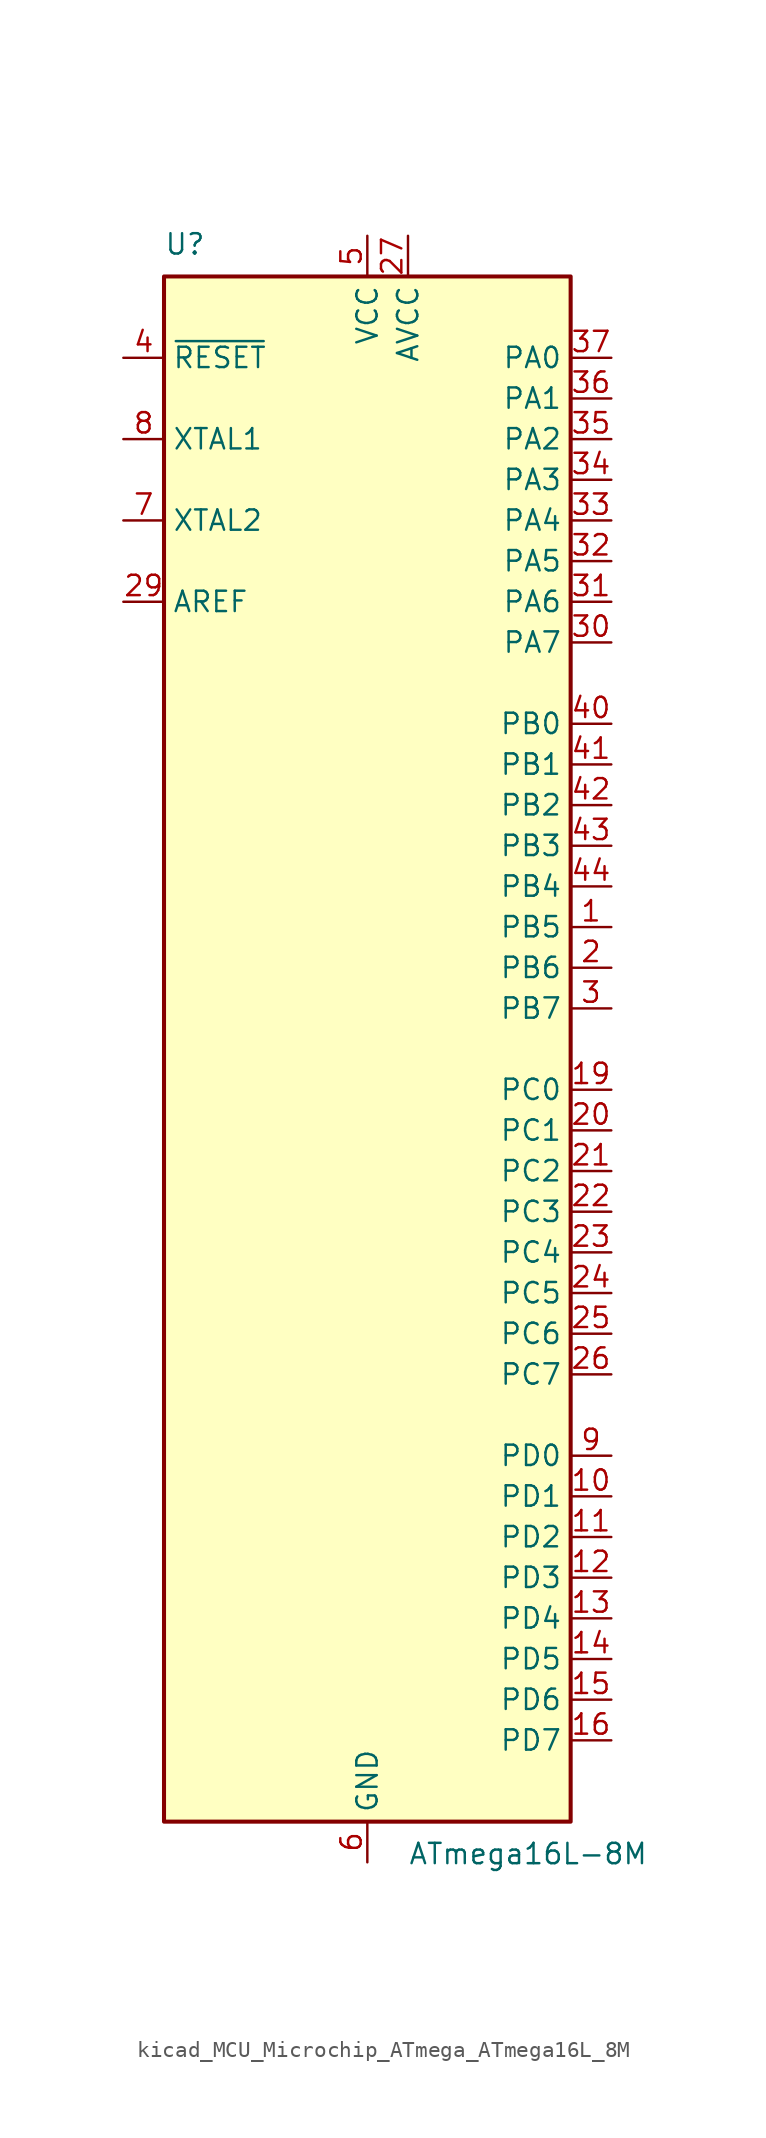
<source format=kicad_sym>
(kicad_symbol_lib
  (version 20220914)
  (generator kicad_symbol_editor)
  (symbol "kicad_MCU_Microchip_ATmega_ATmega16L_8M"
    (property "Reference" "U"
      (at -12.7 49.53 0)
      (effects (font (size 1.27 1.27)) (justify left bottom)))
    (property "Value" "ATmega16L-8M"
      (at 2.54 -49.53 0)
      (effects (font (size 1.27 1.27)) (justify left top)))
    (symbol "kicad_MCU_Microchip_ATmega_ATmega16L_8M_0_1"
      (rectangle (start -12.7 -48.26) (end 12.7 48.26) (stroke (width 0.254) (type default)) (fill (type background))))
    (symbol "kicad_MCU_Microchip_ATmega_ATmega16L_8M_1_1"
      (pin bidirectional line (at 15.24 7.62 180) (length 2.54) (name "PB5" (effects (font (size 1.27 1.27)))) (number "1" (effects (font (size 1.27 1.27)))))
      (pin bidirectional line (at 15.24 -27.94 180) (length 2.54) (name "PD1" (effects (font (size 1.27 1.27)))) (number "10" (effects (font (size 1.27 1.27)))))
      (pin bidirectional line (at 15.24 -30.48 180) (length 2.54) (name "PD2" (effects (font (size 1.27 1.27)))) (number "11" (effects (font (size 1.27 1.27)))))
      (pin bidirectional line (at 15.24 -33.02 180) (length 2.54) (name "PD3" (effects (font (size 1.27 1.27)))) (number "12" (effects (font (size 1.27 1.27)))))
      (pin bidirectional line (at 15.24 -35.56 180) (length 2.54) (name "PD4" (effects (font (size 1.27 1.27)))) (number "13" (effects (font (size 1.27 1.27)))))
      (pin bidirectional line (at 15.24 -38.1 180) (length 2.54) (name "PD5" (effects (font (size 1.27 1.27)))) (number "14" (effects (font (size 1.27 1.27)))))
      (pin bidirectional line (at 15.24 -40.64 180) (length 2.54) (name "PD6" (effects (font (size 1.27 1.27)))) (number "15" (effects (font (size 1.27 1.27)))))
      (pin bidirectional line (at 15.24 -43.18 180) (length 2.54) (name "PD7" (effects (font (size 1.27 1.27)))) (number "16" (effects (font (size 1.27 1.27)))))
      (pin passive line (at 0 50.8 270) (length 2.54) hide (name "VCC" (effects (font (size 1.27 1.27)))) (number "17" (effects (font (size 1.27 1.27)))))
      (pin passive line (at 0 -50.8 90) (length 2.54) hide (name "GND" (effects (font (size 1.27 1.27)))) (number "18" (effects (font (size 1.27 1.27)))))
      (pin bidirectional line (at 15.24 -2.54 180) (length 2.54) (name "PC0" (effects (font (size 1.27 1.27)))) (number "19" (effects (font (size 1.27 1.27)))))
      (pin bidirectional line (at 15.24 5.08 180) (length 2.54) (name "PB6" (effects (font (size 1.27 1.27)))) (number "2" (effects (font (size 1.27 1.27)))))
      (pin bidirectional line (at 15.24 -5.08 180) (length 2.54) (name "PC1" (effects (font (size 1.27 1.27)))) (number "20" (effects (font (size 1.27 1.27)))))
      (pin bidirectional line (at 15.24 -7.62 180) (length 2.54) (name "PC2" (effects (font (size 1.27 1.27)))) (number "21" (effects (font (size 1.27 1.27)))))
      (pin bidirectional line (at 15.24 -10.16 180) (length 2.54) (name "PC3" (effects (font (size 1.27 1.27)))) (number "22" (effects (font (size 1.27 1.27)))))
      (pin bidirectional line (at 15.24 -12.7 180) (length 2.54) (name "PC4" (effects (font (size 1.27 1.27)))) (number "23" (effects (font (size 1.27 1.27)))))
      (pin bidirectional line (at 15.24 -15.24 180) (length 2.54) (name "PC5" (effects (font (size 1.27 1.27)))) (number "24" (effects (font (size 1.27 1.27)))))
      (pin bidirectional line (at 15.24 -17.78 180) (length 2.54) (name "PC6" (effects (font (size 1.27 1.27)))) (number "25" (effects (font (size 1.27 1.27)))))
      (pin bidirectional line (at 15.24 -20.32 180) (length 2.54) (name "PC7" (effects (font (size 1.27 1.27)))) (number "26" (effects (font (size 1.27 1.27)))))
      (pin power_in line (at 2.54 50.8 270) (length 2.54) (name "AVCC" (effects (font (size 1.27 1.27)))) (number "27" (effects (font (size 1.27 1.27)))))
      (pin passive line (at 0 -50.8 90) (length 2.54) hide (name "GND" (effects (font (size 1.27 1.27)))) (number "28" (effects (font (size 1.27 1.27)))))
      (pin passive line (at -15.24 27.94 0) (length 2.54) (name "AREF" (effects (font (size 1.27 1.27)))) (number "29" (effects (font (size 1.27 1.27)))))
      (pin bidirectional line (at 15.24 2.54 180) (length 2.54) (name "PB7" (effects (font (size 1.27 1.27)))) (number "3" (effects (font (size 1.27 1.27)))))
      (pin bidirectional line (at 15.24 25.4 180) (length 2.54) (name "PA7" (effects (font (size 1.27 1.27)))) (number "30" (effects (font (size 1.27 1.27)))))
      (pin bidirectional line (at 15.24 27.94 180) (length 2.54) (name "PA6" (effects (font (size 1.27 1.27)))) (number "31" (effects (font (size 1.27 1.27)))))
      (pin bidirectional line (at 15.24 30.48 180) (length 2.54) (name "PA5" (effects (font (size 1.27 1.27)))) (number "32" (effects (font (size 1.27 1.27)))))
      (pin bidirectional line (at 15.24 33.02 180) (length 2.54) (name "PA4" (effects (font (size 1.27 1.27)))) (number "33" (effects (font (size 1.27 1.27)))))
      (pin bidirectional line (at 15.24 35.56 180) (length 2.54) (name "PA3" (effects (font (size 1.27 1.27)))) (number "34" (effects (font (size 1.27 1.27)))))
      (pin bidirectional line (at 15.24 38.1 180) (length 2.54) (name "PA2" (effects (font (size 1.27 1.27)))) (number "35" (effects (font (size 1.27 1.27)))))
      (pin bidirectional line (at 15.24 40.64 180) (length 2.54) (name "PA1" (effects (font (size 1.27 1.27)))) (number "36" (effects (font (size 1.27 1.27)))))
      (pin bidirectional line (at 15.24 43.18 180) (length 2.54) (name "PA0" (effects (font (size 1.27 1.27)))) (number "37" (effects (font (size 1.27 1.27)))))
      (pin passive line (at 0 50.8 270) (length 2.54) hide (name "VCC" (effects (font (size 1.27 1.27)))) (number "38" (effects (font (size 1.27 1.27)))))
      (pin passive line (at 0 -50.8 90) (length 2.54) hide (name "GND" (effects (font (size 1.27 1.27)))) (number "39" (effects (font (size 1.27 1.27)))))
      (pin input line (at -15.24 43.18 0) (length 2.54) (name "~{RESET}" (effects (font (size 1.27 1.27)))) (number "4" (effects (font (size 1.27 1.27)))))
      (pin bidirectional line (at 15.24 20.32 180) (length 2.54) (name "PB0" (effects (font (size 1.27 1.27)))) (number "40" (effects (font (size 1.27 1.27)))))
      (pin bidirectional line (at 15.24 17.78 180) (length 2.54) (name "PB1" (effects (font (size 1.27 1.27)))) (number "41" (effects (font (size 1.27 1.27)))))
      (pin bidirectional line (at 15.24 15.24 180) (length 2.54) (name "PB2" (effects (font (size 1.27 1.27)))) (number "42" (effects (font (size 1.27 1.27)))))
      (pin bidirectional line (at 15.24 12.7 180) (length 2.54) (name "PB3" (effects (font (size 1.27 1.27)))) (number "43" (effects (font (size 1.27 1.27)))))
      (pin bidirectional line (at 15.24 10.16 180) (length 2.54) (name "PB4" (effects (font (size 1.27 1.27)))) (number "44" (effects (font (size 1.27 1.27)))))
      (pin passive line (at 0 -50.8 90) (length 2.54) hide (name "GND" (effects (font (size 1.27 1.27)))) (number "45" (effects (font (size 1.27 1.27)))))
      (pin power_in line (at 0 50.8 270) (length 2.54) (name "VCC" (effects (font (size 1.27 1.27)))) (number "5" (effects (font (size 1.27 1.27)))))
      (pin power_in line (at 0 -50.8 90) (length 2.54) (name "GND" (effects (font (size 1.27 1.27)))) (number "6" (effects (font (size 1.27 1.27)))))
      (pin output line (at -15.24 33.02 0) (length 2.54) (name "XTAL2" (effects (font (size 1.27 1.27)))) (number "7" (effects (font (size 1.27 1.27)))))
      (pin input line (at -15.24 38.1 0) (length 2.54) (name "XTAL1" (effects (font (size 1.27 1.27)))) (number "8" (effects (font (size 1.27 1.27)))))
      (pin bidirectional line (at 15.24 -25.4 180) (length 2.54) (name "PD0" (effects (font (size 1.27 1.27)))) (number "9" (effects (font (size 1.27 1.27))))))))
</source>
